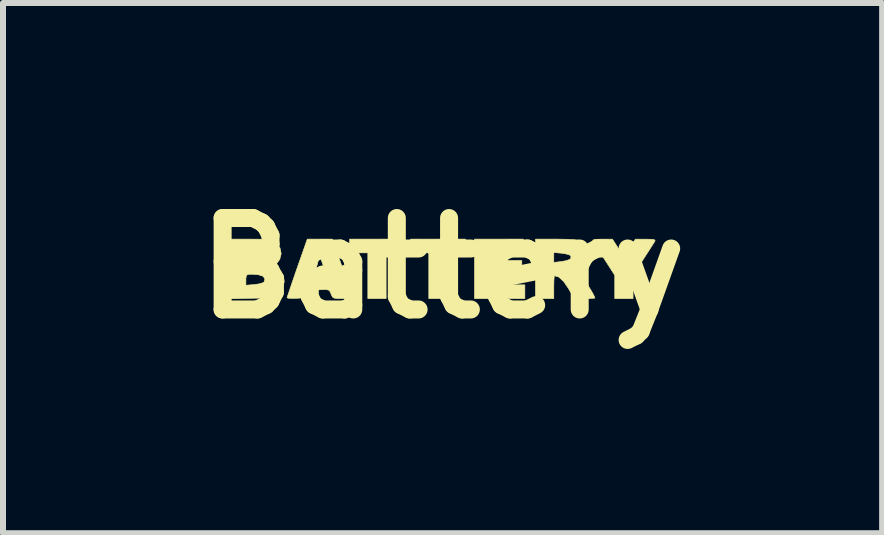
<source format=kicad_pcb>
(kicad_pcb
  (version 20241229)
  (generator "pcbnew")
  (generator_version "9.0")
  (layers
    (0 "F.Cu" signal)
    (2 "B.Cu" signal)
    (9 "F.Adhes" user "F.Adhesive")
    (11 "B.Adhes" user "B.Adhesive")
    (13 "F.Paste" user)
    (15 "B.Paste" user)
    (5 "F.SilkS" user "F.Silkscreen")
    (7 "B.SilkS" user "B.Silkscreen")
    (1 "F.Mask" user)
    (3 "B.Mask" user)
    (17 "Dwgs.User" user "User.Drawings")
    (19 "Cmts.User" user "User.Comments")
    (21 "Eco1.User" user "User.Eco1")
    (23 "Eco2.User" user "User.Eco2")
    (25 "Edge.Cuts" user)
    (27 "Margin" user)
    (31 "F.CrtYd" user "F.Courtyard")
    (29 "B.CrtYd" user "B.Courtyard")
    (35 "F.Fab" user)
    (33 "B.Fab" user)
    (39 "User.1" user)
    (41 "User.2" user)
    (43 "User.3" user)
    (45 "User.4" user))
  (footprint "Battery"
    (layer "F.Cu")
    (at 4.325 1.418)
    (property "Reference" "Battery" (at 0 0 0) (layer "F.SilkS") (effects (font (size 1.524 1.524) (thickness 0.3))))
    (attr through_hole)
    (fp_poly (pts (xy -0.635 -0.254) (xy -0.94 -0.254) (xy -0.94 0.508) (xy -1.245 0.508) (xy -1.245 -0.254) (xy -1.549 -0.254) (xy -1.549 -0.483) (xy -0.635 -0.483) (xy -0.635 -0.254)) (stroke (width 0.01) (type solid)) (fill yes) (layer "F.SilkS"))
    (fp_poly (pts (xy 0.381 -0.254) (xy 0.076 -0.254) (xy 0.076 0.508) (xy -0.229 0.508) (xy -0.229 -0.254) (xy -0.533 -0.254) (xy -0.533 -0.483) (xy 0.381 -0.483) (xy 0.381 -0.254)) (stroke (width 0.01) (type solid)) (fill yes) (layer "F.SilkS"))
    (fp_poly (pts (xy 1.346 -0.254) (xy 1.092 -0.254) (xy 0.977 -0.254) (xy 0.903 -0.251) (xy 0.862 -0.244) (xy 0.843 -0.229) (xy 0.838 -0.206) (xy 0.838 -0.191) (xy 0.84 -0.161) (xy 0.851 -0.143) (xy 0.882 -0.132) (xy 0.941 -0.128) (xy 1.039 -0.127) (xy 1.079 -0.127) (xy 1.321 -0.127) (xy 1.321 0.102) (xy 0.838 0.102) (xy 0.838 0.279) (xy 1.372 0.279) (xy 1.372 0.508) (xy 0.533 0.508) (xy 0.533 -0.483) (xy 1.346 -0.483) (xy 1.346 -0.254)) (stroke (width 0.01) (type solid)) (fill yes) (layer "F.SilkS"))
    (fp_poly (pts (xy 3.48 -0.48) (xy 3.53 -0.473) (xy 3.543 -0.458) (xy 3.54 -0.451) (xy 3.52 -0.418) (xy 3.478 -0.352) (xy 3.42 -0.262) (xy 3.353 -0.158) (xy 3.348 -0.15) (xy 3.175 0.119) (xy 3.175 0.508) (xy 2.87 0.508) (xy 2.87 0.119) (xy 2.697 -0.15) (xy 2.629 -0.255) (xy 2.571 -0.346) (xy 2.528 -0.414) (xy 2.506 -0.45) (xy 2.505 -0.451) (xy 2.507 -0.468) (xy 2.543 -0.478) (xy 2.621 -0.482) (xy 2.659 -0.482) (xy 2.832 -0.482) (xy 2.921 -0.343) (xy 2.968 -0.272) (xy 3.005 -0.221) (xy 3.023 -0.203) (xy 3.042 -0.223) (xy 3.079 -0.275) (xy 3.124 -0.343) (xy 3.213 -0.482) (xy 3.386 -0.482) (xy 3.48 -0.48)) (stroke (width 0.01) (type solid)) (fill yes) (layer "F.SilkS"))
    (fp_poly (pts (xy 2.057 -0.481) (xy 2.182 -0.475) (xy 2.272 -0.466) (xy 2.319 -0.454) (xy 2.398 -0.39) (xy 2.446 -0.302) (xy 2.465 -0.201) (xy 2.453 -0.101) (xy 2.413 -0.013) (xy 2.343 0.049) (xy 2.307 0.065) (xy 2.271 0.081) (xy 2.281 0.098) (xy 2.292 0.105) (xy 2.318 0.133) (xy 2.361 0.192) (xy 2.412 0.269) (xy 2.463 0.351) (xy 2.507 0.426) (xy 2.534 0.48) (xy 2.54 0.498) (xy 2.517 0.503) (xy 2.456 0.507) (xy 2.37 0.508) (xy 2.368 0.508) (xy 2.195 0.508) (xy 2.1 0.342) (xy 2.017 0.221) (xy 1.937 0.149) (xy 1.865 0.127) (xy 1.86 0.15) (xy 1.856 0.212) (xy 1.854 0.3) (xy 1.854 0.318) (xy 1.854 0.508) (xy 1.549 0.508) (xy 1.549 -0.095) (xy 1.854 -0.095) (xy 1.986 -0.11) (xy 2.064 -0.125) (xy 2.121 -0.145) (xy 2.137 -0.158) (xy 2.144 -0.197) (xy 2.107 -0.225) (xy 2.023 -0.243) (xy 1.983 -0.248) (xy 1.854 -0.26) (xy 1.854 -0.095) (xy 1.549 -0.095) (xy 1.549 -0.483) (xy 1.907 -0.483) (xy 2.057 -0.481)) (stroke (width 0.01) (type solid)) (fill yes) (layer "F.SilkS"))
    (fp_poly (pts (xy -1.667 -0.001) (xy -1.616 0.146) (xy -1.571 0.276) (xy -1.535 0.383) (xy -1.51 0.457) (xy -1.499 0.493) (xy -1.499 0.494) (xy -1.522 0.501) (xy -1.582 0.506) (xy -1.665 0.508) (xy -1.755 0.507) (xy -1.807 0.5) (xy -1.835 0.481) (xy -1.853 0.446) (xy -1.858 0.431) (xy -1.875 0.39) (xy -1.897 0.367) (xy -1.937 0.358) (xy -2.01 0.359) (xy -2.053 0.361) (xy -2.143 0.366) (xy -2.195 0.376) (xy -2.222 0.395) (xy -2.234 0.428) (xy -2.235 0.432) (xy -2.247 0.466) (xy -2.271 0.486) (xy -2.32 0.496) (xy -2.405 0.502) (xy -2.42 0.503) (xy -2.506 0.504) (xy -2.567 0.502) (xy -2.591 0.495) (xy -2.591 0.495) (xy -2.583 0.467) (xy -2.56 0.399) (xy -2.526 0.298) (xy -2.483 0.172) (xy -2.454 0.088) (xy -2.124 0.088) (xy -2.092 0.1) (xy -2.047 0.102) (xy -1.982 0.094) (xy -1.958 0.071) (xy -1.958 0.07) (xy -1.967 0.029) (xy -1.988 -0.041) (xy -2.004 -0.088) (xy -2.049 -0.214) (xy -2.078 -0.098) (xy -2.099 -0.019) (xy -2.118 0.044) (xy -2.123 0.06) (xy -2.124 0.088) (xy -2.454 0.088) (xy -2.433 0.027) (xy -2.423 -0.002) (xy -2.254 -0.483) (xy -1.836 -0.483) (xy -1.667 -0.001)) (stroke (width 0.01) (type solid)) (fill yes) (layer "F.SilkS"))
    (fp_poly (pts (xy -3.071 -0.482) (xy -2.969 -0.48) (xy -2.898 -0.475) (xy -2.85 -0.466) (xy -2.815 -0.45) (xy -2.784 -0.428) (xy -2.771 -0.417) (xy -2.708 -0.335) (xy -2.689 -0.24) (xy -2.713 -0.145) (xy -2.755 -0.088) (xy -2.789 -0.047) (xy -2.795 -0.026) (xy -2.792 -0.025) (xy -2.758 -0.009) (xy -2.71 0.031) (xy -2.704 0.037) (xy -2.651 0.123) (xy -2.638 0.226) (xy -2.664 0.331) (xy -2.716 0.412) (xy -2.79 0.495) (xy -3.186 0.503) (xy -3.581 0.512) (xy -3.581 0.194) (xy -3.277 0.194) (xy -3.277 0.286) (xy -3.135 0.274) (xy -3.052 0.262) (xy -2.992 0.243) (xy -2.972 0.229) (xy -2.959 0.175) (xy -2.993 0.135) (xy -3.071 0.11) (xy -3.181 0.102) (xy -3.244 0.105) (xy -3.27 0.124) (xy -3.277 0.174) (xy -3.277 0.194) (xy -3.581 0.194) (xy -3.581 -0.191) (xy -3.277 -0.191) (xy -3.27 -0.148) (xy -3.241 -0.13) (xy -3.186 -0.127) (xy -3.108 -0.135) (xy -3.044 -0.155) (xy -3.042 -0.156) (xy -3.005 -0.18) (xy -3.011 -0.2) (xy -3.036 -0.219) (xy -3.092 -0.242) (xy -3.169 -0.254) (xy -3.18 -0.254) (xy -3.243 -0.25) (xy -3.271 -0.232) (xy -3.277 -0.191) (xy -3.581 -0.191) (xy -3.581 -0.483) (xy -3.215 -0.483) (xy -3.071 -0.482)) (stroke (width 0.01) (type solid)) (fill yes) (layer "F.SilkS")))
  (gr_rect
    (start -3 -3)
    (end 11.651 5.836)
    (stroke (width 0.1) (type default))
    (fill no)
    (layer "Edge.Cuts")))
</source>
